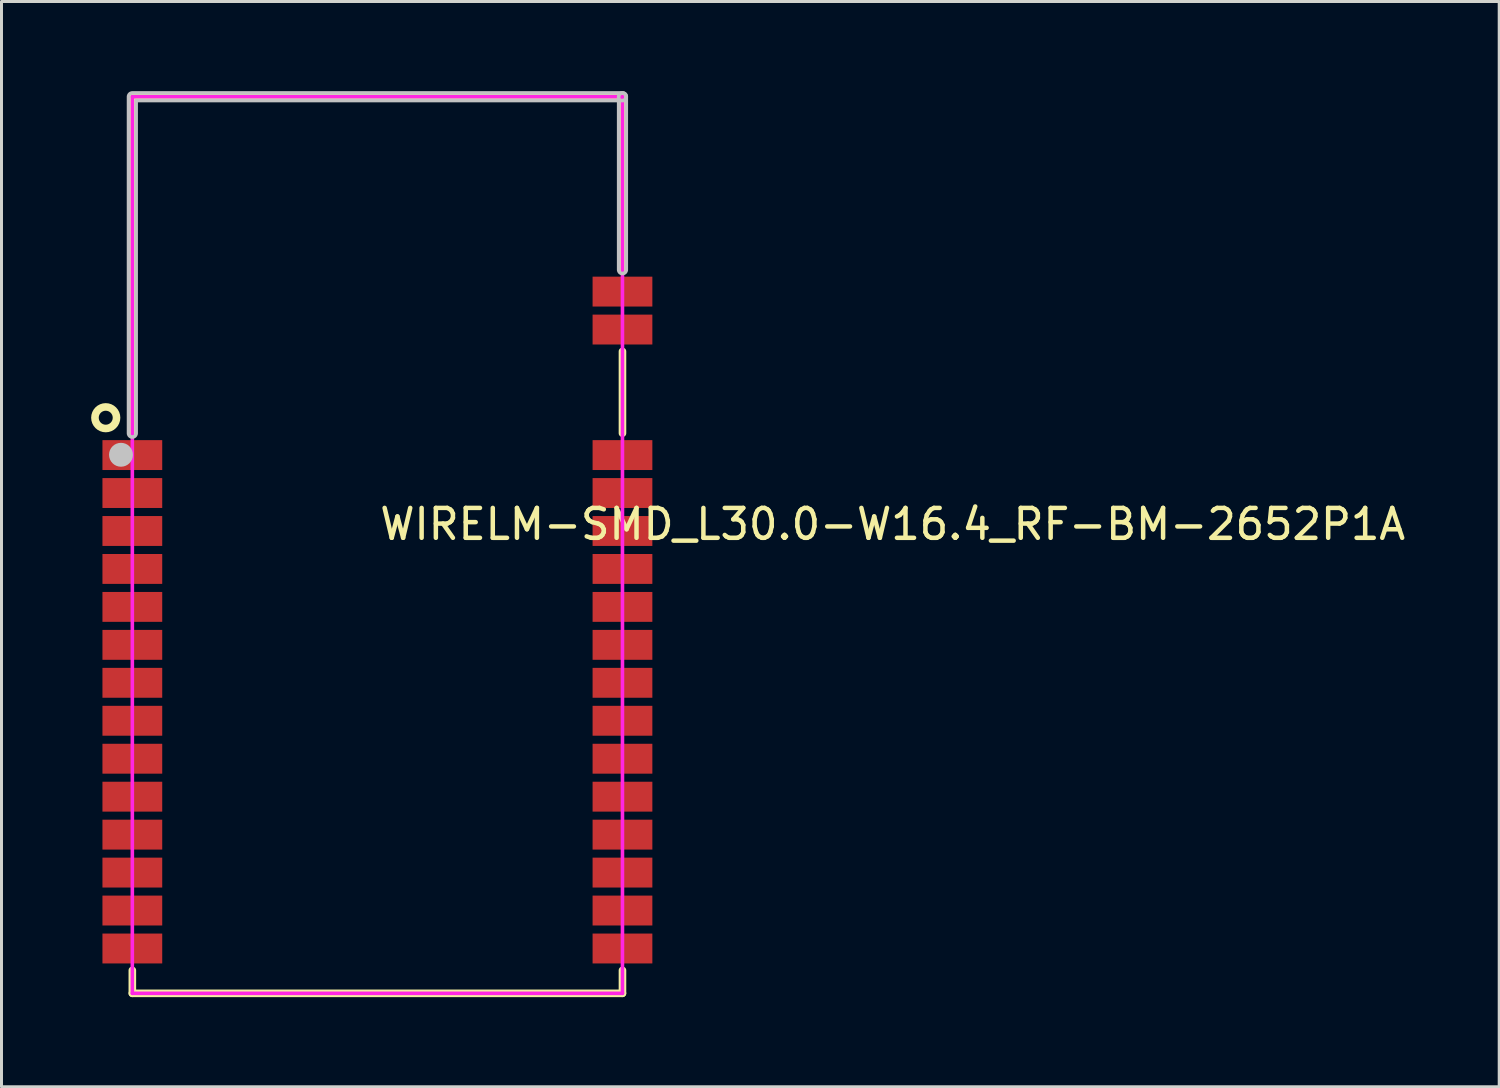
<source format=kicad_pcb>
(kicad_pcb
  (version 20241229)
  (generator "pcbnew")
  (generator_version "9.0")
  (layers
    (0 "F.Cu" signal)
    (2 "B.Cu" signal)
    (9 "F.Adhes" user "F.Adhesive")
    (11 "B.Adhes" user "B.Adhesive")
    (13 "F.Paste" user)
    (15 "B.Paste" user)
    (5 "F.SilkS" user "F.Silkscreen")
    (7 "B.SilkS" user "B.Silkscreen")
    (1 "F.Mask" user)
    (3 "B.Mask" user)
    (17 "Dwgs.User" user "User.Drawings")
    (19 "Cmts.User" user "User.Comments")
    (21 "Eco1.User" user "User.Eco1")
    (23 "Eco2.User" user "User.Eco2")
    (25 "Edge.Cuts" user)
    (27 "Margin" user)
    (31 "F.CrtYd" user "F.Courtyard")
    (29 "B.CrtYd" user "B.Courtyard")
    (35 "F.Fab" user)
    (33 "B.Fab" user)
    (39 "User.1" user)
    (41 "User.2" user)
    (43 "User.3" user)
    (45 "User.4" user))
  (footprint "WIRELM-SMD_L30.0-W16.4_RF-BM-2652P1A"
    (layer "F.Cu")
    (at 9.578 17.697)
    (property "Reference" "WIRELM-SMD_L30.0-W16.4_RF-BM-2652P1A" (at 0 -3.207 0) (layer "F.SilkS") (effects (font (size 1 1) (thickness 0.15)) (justify left)))
    (attr through_hole)
    (fp_line (start -8.2 -17.51) (end 8.2 -17.51) (stroke (width 0.254) (type solid)) (layer "F.SilkS"))
    (fp_line (start -8.2 -6.251) (end -8.2 -17.51) (stroke (width 0.254) (type solid)) (layer "F.SilkS"))
    (fp_line (start -8.2 12.49) (end -8.2 11.721) (stroke (width 0.254) (type solid)) (layer "F.SilkS"))
    (fp_line (start 8.2 -17.51) (end 8.2 -11.721) (stroke (width 0.254) (type solid)) (layer "F.SilkS"))
    (fp_line (start 8.2 -8.989) (end 8.2 -6.251) (stroke (width 0.254) (type solid)) (layer "F.SilkS"))
    (fp_line (start 8.2 11.721) (end 8.2 12.49) (stroke (width 0.254) (type solid)) (layer "F.SilkS"))
    (fp_line (start 8.2 12.49) (end -8.2 12.49) (stroke (width 0.254) (type solid)) (layer "F.SilkS"))
    (fp_circle (center -9.09 -6.77) (end -8.729 -6.77) (stroke (width 0.254) (type solid)) (fill no) (layer "F.SilkS"))
    (fp_circle (center -8.58 -5.53) (end -8.38 -5.53) (stroke (width 0.4) (type solid)) (fill no) (layer "Dwgs.User"))
    (fp_poly (pts (xy 8.327 -17.51) (xy 8.327 -11.721) (xy 8.325 -11.696) (xy 8.317 -11.673) (xy 8.306 -11.651) (xy 8.29 -11.631) (xy 8.271 -11.616) (xy 8.249 -11.604) (xy 8.225 -11.597) (xy 8.2 -11.594) (xy 8.175 -11.597) (xy 8.151 -11.604) (xy 8.129 -11.616) (xy 8.11 -11.631) (xy 8.094 -11.651) (xy 8.083 -11.673) (xy 8.075 -11.696) (xy 8.073 -11.721) (xy 8.073 -17.51) (xy 8.075 -17.535) (xy 8.083 -17.559) (xy 8.094 -17.581) (xy 8.11 -17.6) (xy 8.129 -17.616) (xy 8.151 -17.627) (xy 8.175 -17.635) (xy 8.2 -17.637) (xy 8.225 -17.635) (xy 8.249 -17.627) (xy 8.271 -17.616) (xy 8.29 -17.6) (xy 8.306 -17.581) (xy 8.317 -17.559) (xy 8.325 -17.535) (xy 8.327 -17.51)) (stroke (width 0.12) (type solid)) (fill no) (layer "Dwgs.User"))
    (fp_poly (pts (xy -8.327 -6.251) (xy -8.327 -17.51) (xy -8.325 -17.535) (xy -8.317 -17.559) (xy -8.306 -17.581) (xy -8.29 -17.6) (xy -8.271 -17.616) (xy -8.249 -17.627) (xy -8.225 -17.635) (xy -8.2 -17.637) (xy 8.2 -17.637) (xy 8.225 -17.635) (xy 8.249 -17.627) (xy 8.271 -17.616) (xy 8.29 -17.6) (xy 8.306 -17.581) (xy 8.317 -17.559) (xy 8.325 -17.535) (xy 8.327 -17.51) (xy 8.325 -17.485) (xy 8.317 -17.461) (xy 8.306 -17.439) (xy 8.29 -17.42) (xy 8.271 -17.404) (xy 8.249 -17.393) (xy 8.225 -17.385) (xy 8.2 -17.383) (xy -8.073 -17.383) (xy -8.073 -6.251) (xy -8.075 -6.226) (xy -8.083 -6.203) (xy -8.094 -6.181) (xy -8.11 -6.161) (xy -8.129 -6.146) (xy -8.151 -6.134) (xy -8.175 -6.127) (xy -8.2 -6.124) (xy -8.225 -6.127) (xy -8.249 -6.134) (xy -8.271 -6.146) (xy -8.29 -6.161) (xy -8.306 -6.181) (xy -8.317 -6.203) (xy -8.325 -6.226) (xy -8.327 -6.251)) (stroke (width 0.12) (type solid)) (fill no) (layer "Dwgs.User"))
    (fp_circle (center -8.2 -17.51) (end -8.17 -17.51) (stroke (width 0.06) (type solid)) (fill no) (layer "Eco2.User"))
    (fp_poly (pts (xy -8.2 -6.02) (xy -7.2 -6.02) (xy -7.2 -5.02) (xy -8.2 -5.02)) (stroke (width 0.12) (type solid)) (fill no) (layer "Eco2.User"))
    (fp_poly (pts (xy -8.2 -4.75) (xy -7.2 -4.75) (xy -7.2 -3.75) (xy -8.2 -3.75)) (stroke (width 0.12) (type solid)) (fill no) (layer "Eco2.User"))
    (fp_poly (pts (xy -8.2 -3.48) (xy -7.2 -3.48) (xy -7.2 -2.48) (xy -8.2 -2.48)) (stroke (width 0.12) (type solid)) (fill no) (layer "Eco2.User"))
    (fp_poly (pts (xy -8.2 -2.21) (xy -7.2 -2.21) (xy -7.2 -1.21) (xy -8.2 -1.21)) (stroke (width 0.12) (type solid)) (fill no) (layer "Eco2.User"))
    (fp_poly (pts (xy -8.2 -0.94) (xy -7.2 -0.94) (xy -7.2 0.06) (xy -8.2 0.06)) (stroke (width 0.12) (type solid)) (fill no) (layer "Eco2.User"))
    (fp_poly (pts (xy -8.2 0.33) (xy -7.2 0.33) (xy -7.2 1.33) (xy -8.2 1.33)) (stroke (width 0.12) (type solid)) (fill no) (layer "Eco2.User"))
    (fp_poly (pts (xy -8.2 1.6) (xy -7.2 1.6) (xy -7.2 2.6) (xy -8.2 2.6)) (stroke (width 0.12) (type solid)) (fill no) (layer "Eco2.User"))
    (fp_poly (pts (xy -8.2 2.87) (xy -7.2 2.87) (xy -7.2 3.87) (xy -8.2 3.87)) (stroke (width 0.12) (type solid)) (fill no) (layer "Eco2.User"))
    (fp_poly (pts (xy -8.2 4.14) (xy -7.2 4.14) (xy -7.2 5.14) (xy -8.2 5.14)) (stroke (width 0.12) (type solid)) (fill no) (layer "Eco2.User"))
    (fp_poly (pts (xy -8.2 5.41) (xy -7.2 5.41) (xy -7.2 6.41) (xy -8.2 6.41)) (stroke (width 0.12) (type solid)) (fill no) (layer "Eco2.User"))
    (fp_poly (pts (xy -8.2 6.68) (xy -7.2 6.68) (xy -7.2 7.68) (xy -8.2 7.68)) (stroke (width 0.12) (type solid)) (fill no) (layer "Eco2.User"))
    (fp_poly (pts (xy -8.2 7.95) (xy -7.2 7.95) (xy -7.2 8.95) (xy -8.2 8.95)) (stroke (width 0.12) (type solid)) (fill no) (layer "Eco2.User"))
    (fp_poly (pts (xy -8.2 9.22) (xy -7.2 9.22) (xy -7.2 10.22) (xy -8.2 10.22)) (stroke (width 0.12) (type solid)) (fill no) (layer "Eco2.User"))
    (fp_poly (pts (xy -8.2 10.49) (xy -7.2 10.49) (xy -7.2 11.49) (xy -8.2 11.49)) (stroke (width 0.12) (type solid)) (fill no) (layer "Eco2.User"))
    (fp_poly (pts (xy 7.2 -11.49) (xy 8.2 -11.49) (xy 8.2 -10.49) (xy 7.2 -10.49)) (stroke (width 0.12) (type solid)) (fill no) (layer "Eco2.User"))
    (fp_poly (pts (xy 7.2 -10.22) (xy 8.2 -10.22) (xy 8.2 -9.22) (xy 7.2 -9.22)) (stroke (width 0.12) (type solid)) (fill no) (layer "Eco2.User"))
    (fp_poly (pts (xy 7.2 -6.02) (xy 8.2 -6.02) (xy 8.2 -5.02) (xy 7.2 -5.02)) (stroke (width 0.12) (type solid)) (fill no) (layer "Eco2.User"))
    (fp_poly (pts (xy 7.2 -4.75) (xy 8.2 -4.75) (xy 8.2 -3.75) (xy 7.2 -3.75)) (stroke (width 0.12) (type solid)) (fill no) (layer "Eco2.User"))
    (fp_poly (pts (xy 7.2 -3.48) (xy 8.2 -3.48) (xy 8.2 -2.48) (xy 7.2 -2.48)) (stroke (width 0.12) (type solid)) (fill no) (layer "Eco2.User"))
    (fp_poly (pts (xy 7.2 -2.21) (xy 8.2 -2.21) (xy 8.2 -1.21) (xy 7.2 -1.21)) (stroke (width 0.12) (type solid)) (fill no) (layer "Eco2.User"))
    (fp_poly (pts (xy 7.2 -0.94) (xy 8.2 -0.94) (xy 8.2 0.06) (xy 7.2 0.06)) (stroke (width 0.12) (type solid)) (fill no) (layer "Eco2.User"))
    (fp_poly (pts (xy 7.2 0.33) (xy 8.2 0.33) (xy 8.2 1.33) (xy 7.2 1.33)) (stroke (width 0.12) (type solid)) (fill no) (layer "Eco2.User"))
    (fp_poly (pts (xy 7.2 1.6) (xy 8.2 1.6) (xy 8.2 2.6) (xy 7.2 2.6)) (stroke (width 0.12) (type solid)) (fill no) (layer "Eco2.User"))
    (fp_poly (pts (xy 7.2 2.87) (xy 8.2 2.87) (xy 8.2 3.87) (xy 7.2 3.87)) (stroke (width 0.12) (type solid)) (fill no) (layer "Eco2.User"))
    (fp_poly (pts (xy 7.2 4.14) (xy 8.2 4.14) (xy 8.2 5.14) (xy 7.2 5.14)) (stroke (width 0.12) (type solid)) (fill no) (layer "Eco2.User"))
    (fp_poly (pts (xy 7.2 5.41) (xy 8.2 5.41) (xy 8.2 6.41) (xy 7.2 6.41)) (stroke (width 0.12) (type solid)) (fill no) (layer "Eco2.User"))
    (fp_poly (pts (xy 7.2 6.68) (xy 8.2 6.68) (xy 8.2 7.68) (xy 7.2 7.68)) (stroke (width 0.12) (type solid)) (fill no) (layer "Eco2.User"))
    (fp_poly (pts (xy 7.2 7.95) (xy 8.2 7.95) (xy 8.2 8.95) (xy 7.2 8.95)) (stroke (width 0.12) (type solid)) (fill no) (layer "Eco2.User"))
    (fp_poly (pts (xy 7.2 9.22) (xy 8.2 9.22) (xy 8.2 10.22) (xy 7.2 10.22)) (stroke (width 0.12) (type solid)) (fill no) (layer "Eco2.User"))
    (fp_poly (pts (xy 7.2 10.49) (xy 8.2 10.49) (xy 8.2 11.49) (xy 7.2 11.49)) (stroke (width 0.12) (type solid)) (fill no) (layer "Eco2.User"))
    (fp_line (start -8.2 -17.51) (end 8.2 -17.51) (stroke (width 0.12) (type solid)) (layer "F.CrtYd"))
    (fp_line (start -8.2 12.49) (end -8.2 -17.51) (stroke (width 0.12) (type solid)) (layer "F.CrtYd"))
    (fp_line (start 8.2 -17.51) (end 8.2 12.49) (stroke (width 0.12) (type solid)) (layer "F.CrtYd"))
    (fp_line (start 8.2 12.49) (end -8.2 12.49) (stroke (width 0.12) (type solid)) (layer "F.CrtYd"))
    (pad "1" smd rect (at -8.2 -5.52) (size 2 1) (layers "F.Cu" "F.Mask" "F.Paste"))
    (pad "2" smd rect (at -8.2 -4.25) (size 2 1) (layers "F.Cu" "F.Mask" "F.Paste"))
    (pad "3" smd rect (at -8.2 -2.98) (size 2 1) (layers "F.Cu" "F.Mask" "F.Paste"))
    (pad "4" smd rect (at -8.2 -1.71) (size 2 1) (layers "F.Cu" "F.Mask" "F.Paste"))
    (pad "5" smd rect (at -8.2 -0.44) (size 2 1) (layers "F.Cu" "F.Mask" "F.Paste"))
    (pad "6" smd rect (at -8.2 0.83) (size 2 1) (layers "F.Cu" "F.Mask" "F.Paste"))
    (pad "7" smd rect (at -8.2 2.1) (size 2 1) (layers "F.Cu" "F.Mask" "F.Paste"))
    (pad "8" smd rect (at -8.2 3.37) (size 2 1) (layers "F.Cu" "F.Mask" "F.Paste"))
    (pad "9" smd rect (at -8.2 4.64) (size 2 1) (layers "F.Cu" "F.Mask" "F.Paste"))
    (pad "10" smd rect (at -8.2 5.91) (size 2 1) (layers "F.Cu" "F.Mask" "F.Paste"))
    (pad "11" smd rect (at -8.2 7.18) (size 2 1) (layers "F.Cu" "F.Mask" "F.Paste"))
    (pad "12" smd rect (at -8.2 8.45) (size 2 1) (layers "F.Cu" "F.Mask" "F.Paste"))
    (pad "13" smd rect (at -8.2 9.72) (size 2 1) (layers "F.Cu" "F.Mask" "F.Paste"))
    (pad "14" smd rect (at -8.2 10.99) (size 2 1) (layers "F.Cu" "F.Mask" "F.Paste"))
    (pad "15" smd rect (at 8.2 10.99) (size 2 1) (layers "F.Cu" "F.Mask" "F.Paste"))
    (pad "16" smd rect (at 8.2 9.72) (size 2 1) (layers "F.Cu" "F.Mask" "F.Paste"))
    (pad "17" smd rect (at 8.2 8.45) (size 2 1) (layers "F.Cu" "F.Mask" "F.Paste"))
    (pad "18" smd rect (at 8.2 7.18) (size 2 1) (layers "F.Cu" "F.Mask" "F.Paste"))
    (pad "19" smd rect (at 8.2 5.91) (size 2 1) (layers "F.Cu" "F.Mask" "F.Paste"))
    (pad "20" smd rect (at 8.2 4.64) (size 2 1) (layers "F.Cu" "F.Mask" "F.Paste"))
    (pad "21" smd rect (at 8.2 3.37) (size 2 1) (layers "F.Cu" "F.Mask" "F.Paste"))
    (pad "22" smd rect (at 8.2 2.1) (size 2 1) (layers "F.Cu" "F.Mask" "F.Paste"))
    (pad "23" smd rect (at 8.2 0.83) (size 2 1) (layers "F.Cu" "F.Mask" "F.Paste"))
    (pad "24" smd rect (at 8.2 -0.44) (size 2 1) (layers "F.Cu" "F.Mask" "F.Paste"))
    (pad "25" smd rect (at 8.2 -1.71) (size 2 1) (layers "F.Cu" "F.Mask" "F.Paste"))
    (pad "26" smd rect (at 8.2 -2.98) (size 2 1) (layers "F.Cu" "F.Mask" "F.Paste"))
    (pad "27" smd rect (at 8.2 -4.25) (size 2 1) (layers "F.Cu" "F.Mask" "F.Paste"))
    (pad "28" smd rect (at 8.2 -5.52) (size 2 1) (layers "F.Cu" "F.Mask" "F.Paste"))
    (pad "29" smd rect (at 8.2 -9.72) (size 2 1) (layers "F.Cu" "F.Mask" "F.Paste"))
    (pad "30" smd rect (at 8.2 -10.99) (size 2 1) (layers "F.Cu" "F.Mask" "F.Paste")))
  (gr_rect
    (start -3 -3)
    (end 47.114 33.314)
    (stroke (width 0.1) (type default))
    (fill no)
    (layer "Edge.Cuts")))
</source>
